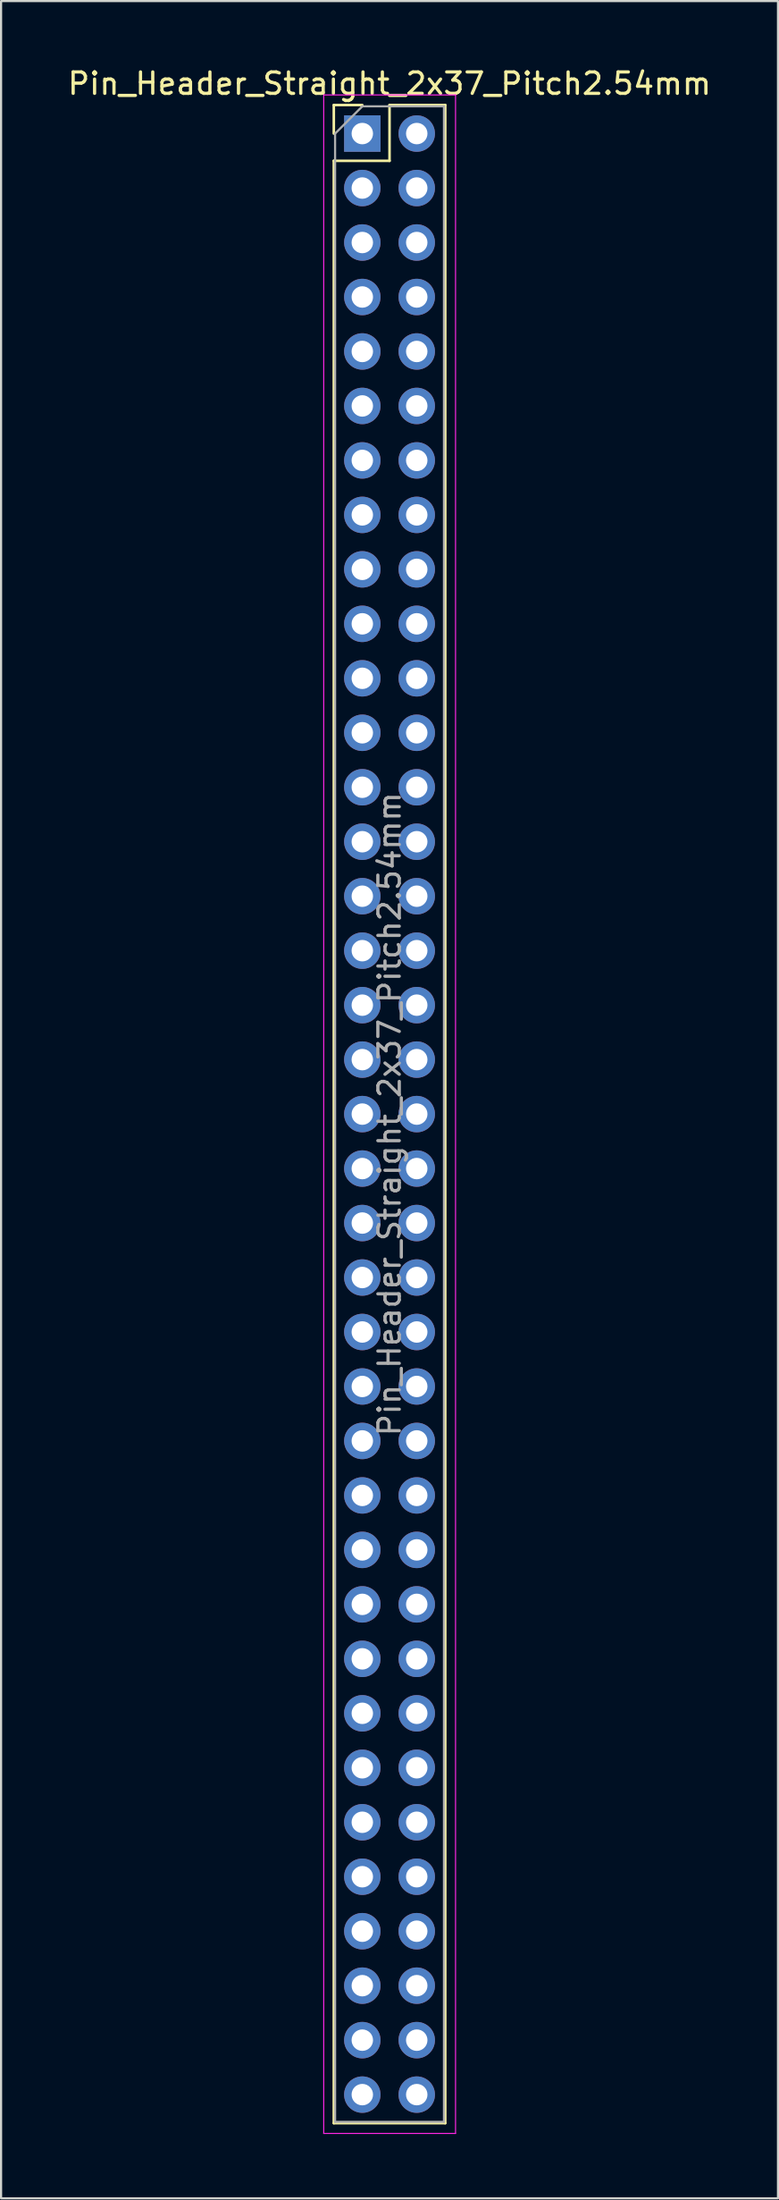
<source format=kicad_pcb>
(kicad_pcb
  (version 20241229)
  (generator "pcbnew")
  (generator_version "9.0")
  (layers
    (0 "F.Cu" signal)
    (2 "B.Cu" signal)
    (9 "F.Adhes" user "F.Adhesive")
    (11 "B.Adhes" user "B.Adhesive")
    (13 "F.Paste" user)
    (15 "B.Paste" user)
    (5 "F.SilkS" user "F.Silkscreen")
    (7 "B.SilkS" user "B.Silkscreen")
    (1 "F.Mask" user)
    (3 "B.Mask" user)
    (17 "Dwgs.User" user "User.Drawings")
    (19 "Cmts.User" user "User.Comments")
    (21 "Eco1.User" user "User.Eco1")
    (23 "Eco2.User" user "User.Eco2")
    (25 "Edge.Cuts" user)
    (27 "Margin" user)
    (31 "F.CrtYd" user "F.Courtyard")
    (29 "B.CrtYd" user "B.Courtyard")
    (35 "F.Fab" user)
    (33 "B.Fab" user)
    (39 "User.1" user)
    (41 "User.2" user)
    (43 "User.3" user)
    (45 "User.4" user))
  (footprint "Pin_Header_Straight_2x37_Pitch2.54mm"
    (layer "F.Cu")
    (at 13.855 3.178)
    (property "Reference" "Pin_Header_Straight_2x37_Pitch2.54mm" (at 1.27 -2.33 0) (layer "F.SilkS") (effects (font (size 1 1) (thickness 0.15))))
    (attr through_hole)
    (fp_line (start -1.33 -1.33) (end 0 -1.33) (stroke (width 0.12) (type solid)) (layer "F.SilkS"))
    (fp_line (start -1.33 0) (end -1.33 -1.33) (stroke (width 0.12) (type solid)) (layer "F.SilkS"))
    (fp_line (start -1.33 1.27) (end -1.33 92.77) (stroke (width 0.12) (type solid)) (layer "F.SilkS"))
    (fp_line (start -1.33 1.27) (end 1.27 1.27) (stroke (width 0.12) (type solid)) (layer "F.SilkS"))
    (fp_line (start -1.33 92.77) (end 3.87 92.77) (stroke (width 0.12) (type solid)) (layer "F.SilkS"))
    (fp_line (start 1.27 -1.33) (end 3.87 -1.33) (stroke (width 0.12) (type solid)) (layer "F.SilkS"))
    (fp_line (start 1.27 1.27) (end 1.27 -1.33) (stroke (width 0.12) (type solid)) (layer "F.SilkS"))
    (fp_line (start 3.87 -1.33) (end 3.87 92.77) (stroke (width 0.12) (type solid)) (layer "F.SilkS"))
    (fp_line (start -1.8 -1.8) (end -1.8 93.25) (stroke (width 0.05) (type solid)) (layer "F.CrtYd"))
    (fp_line (start -1.8 93.25) (end 4.35 93.25) (stroke (width 0.05) (type solid)) (layer "F.CrtYd"))
    (fp_line (start 4.35 -1.8) (end -1.8 -1.8) (stroke (width 0.05) (type solid)) (layer "F.CrtYd"))
    (fp_line (start 4.35 93.25) (end 4.35 -1.8) (stroke (width 0.05) (type solid)) (layer "F.CrtYd"))
    (fp_line (start -1.27 0) (end 0 -1.27) (stroke (width 0.1) (type solid)) (layer "F.Fab"))
    (fp_line (start -1.27 92.71) (end -1.27 0) (stroke (width 0.1) (type solid)) (layer "F.Fab"))
    (fp_line (start 0 -1.27) (end 3.81 -1.27) (stroke (width 0.1) (type solid)) (layer "F.Fab"))
    (fp_line (start 3.81 -1.27) (end 3.81 92.71) (stroke (width 0.1) (type solid)) (layer "F.Fab"))
    (fp_line (start 3.81 92.71) (end -1.27 92.71) (stroke (width 0.1) (type solid)) (layer "F.Fab"))
    (fp_text user "${REFERENCE}" (at 1.27 45.72 90) (layer "F.Fab") (effects (font (size 1 1) (thickness 0.15))))
    (pad "1" thru_hole rect (at 0 0) (size 1.7 1.7) (drill 1) (layers "*.Cu" "*.Mask"))
    (pad "2" thru_hole oval (at 2.54 0) (size 1.7 1.7) (drill 1) (layers "*.Cu" "*.Mask"))
    (pad "3" thru_hole oval (at 0 2.54) (size 1.7 1.7) (drill 1) (layers "*.Cu" "*.Mask"))
    (pad "4" thru_hole oval (at 2.54 2.54) (size 1.7 1.7) (drill 1) (layers "*.Cu" "*.Mask"))
    (pad "5" thru_hole oval (at 0 5.08) (size 1.7 1.7) (drill 1) (layers "*.Cu" "*.Mask"))
    (pad "6" thru_hole oval (at 2.54 5.08) (size 1.7 1.7) (drill 1) (layers "*.Cu" "*.Mask"))
    (pad "7" thru_hole oval (at 0 7.62) (size 1.7 1.7) (drill 1) (layers "*.Cu" "*.Mask"))
    (pad "8" thru_hole oval (at 2.54 7.62) (size 1.7 1.7) (drill 1) (layers "*.Cu" "*.Mask"))
    (pad "9" thru_hole oval (at 0 10.16) (size 1.7 1.7) (drill 1) (layers "*.Cu" "*.Mask"))
    (pad "10" thru_hole oval (at 2.54 10.16) (size 1.7 1.7) (drill 1) (layers "*.Cu" "*.Mask"))
    (pad "11" thru_hole oval (at 0 12.7) (size 1.7 1.7) (drill 1) (layers "*.Cu" "*.Mask"))
    (pad "12" thru_hole oval (at 2.54 12.7) (size 1.7 1.7) (drill 1) (layers "*.Cu" "*.Mask"))
    (pad "13" thru_hole oval (at 0 15.24) (size 1.7 1.7) (drill 1) (layers "*.Cu" "*.Mask"))
    (pad "14" thru_hole oval (at 2.54 15.24) (size 1.7 1.7) (drill 1) (layers "*.Cu" "*.Mask"))
    (pad "15" thru_hole oval (at 0 17.78) (size 1.7 1.7) (drill 1) (layers "*.Cu" "*.Mask"))
    (pad "16" thru_hole oval (at 2.54 17.78) (size 1.7 1.7) (drill 1) (layers "*.Cu" "*.Mask"))
    (pad "17" thru_hole oval (at 0 20.32) (size 1.7 1.7) (drill 1) (layers "*.Cu" "*.Mask"))
    (pad "18" thru_hole oval (at 2.54 20.32) (size 1.7 1.7) (drill 1) (layers "*.Cu" "*.Mask"))
    (pad "19" thru_hole oval (at 0 22.86) (size 1.7 1.7) (drill 1) (layers "*.Cu" "*.Mask"))
    (pad "20" thru_hole oval (at 2.54 22.86) (size 1.7 1.7) (drill 1) (layers "*.Cu" "*.Mask"))
    (pad "21" thru_hole oval (at 0 25.4) (size 1.7 1.7) (drill 1) (layers "*.Cu" "*.Mask"))
    (pad "22" thru_hole oval (at 2.54 25.4) (size 1.7 1.7) (drill 1) (layers "*.Cu" "*.Mask"))
    (pad "23" thru_hole oval (at 0 27.94) (size 1.7 1.7) (drill 1) (layers "*.Cu" "*.Mask"))
    (pad "24" thru_hole oval (at 2.54 27.94) (size 1.7 1.7) (drill 1) (layers "*.Cu" "*.Mask"))
    (pad "25" thru_hole oval (at 0 30.48) (size 1.7 1.7) (drill 1) (layers "*.Cu" "*.Mask"))
    (pad "26" thru_hole oval (at 2.54 30.48) (size 1.7 1.7) (drill 1) (layers "*.Cu" "*.Mask"))
    (pad "27" thru_hole oval (at 0 33.02) (size 1.7 1.7) (drill 1) (layers "*.Cu" "*.Mask"))
    (pad "28" thru_hole oval (at 2.54 33.02) (size 1.7 1.7) (drill 1) (layers "*.Cu" "*.Mask"))
    (pad "29" thru_hole oval (at 0 35.56) (size 1.7 1.7) (drill 1) (layers "*.Cu" "*.Mask"))
    (pad "30" thru_hole oval (at 2.54 35.56) (size 1.7 1.7) (drill 1) (layers "*.Cu" "*.Mask"))
    (pad "31" thru_hole oval (at 0 38.1) (size 1.7 1.7) (drill 1) (layers "*.Cu" "*.Mask"))
    (pad "32" thru_hole oval (at 2.54 38.1) (size 1.7 1.7) (drill 1) (layers "*.Cu" "*.Mask"))
    (pad "33" thru_hole oval (at 0 40.64) (size 1.7 1.7) (drill 1) (layers "*.Cu" "*.Mask"))
    (pad "34" thru_hole oval (at 2.54 40.64) (size 1.7 1.7) (drill 1) (layers "*.Cu" "*.Mask"))
    (pad "35" thru_hole oval (at 0 43.18) (size 1.7 1.7) (drill 1) (layers "*.Cu" "*.Mask"))
    (pad "36" thru_hole oval (at 2.54 43.18) (size 1.7 1.7) (drill 1) (layers "*.Cu" "*.Mask"))
    (pad "37" thru_hole oval (at 0 45.72) (size 1.7 1.7) (drill 1) (layers "*.Cu" "*.Mask"))
    (pad "38" thru_hole oval (at 2.54 45.72) (size 1.7 1.7) (drill 1) (layers "*.Cu" "*.Mask"))
    (pad "39" thru_hole oval (at 0 48.26) (size 1.7 1.7) (drill 1) (layers "*.Cu" "*.Mask"))
    (pad "40" thru_hole oval (at 2.54 48.26) (size 1.7 1.7) (drill 1) (layers "*.Cu" "*.Mask"))
    (pad "41" thru_hole oval (at 0 50.8) (size 1.7 1.7) (drill 1) (layers "*.Cu" "*.Mask"))
    (pad "42" thru_hole oval (at 2.54 50.8) (size 1.7 1.7) (drill 1) (layers "*.Cu" "*.Mask"))
    (pad "43" thru_hole oval (at 0 53.34) (size 1.7 1.7) (drill 1) (layers "*.Cu" "*.Mask"))
    (pad "44" thru_hole oval (at 2.54 53.34) (size 1.7 1.7) (drill 1) (layers "*.Cu" "*.Mask"))
    (pad "45" thru_hole oval (at 0 55.88) (size 1.7 1.7) (drill 1) (layers "*.Cu" "*.Mask"))
    (pad "46" thru_hole oval (at 2.54 55.88) (size 1.7 1.7) (drill 1) (layers "*.Cu" "*.Mask"))
    (pad "47" thru_hole oval (at 0 58.42) (size 1.7 1.7) (drill 1) (layers "*.Cu" "*.Mask"))
    (pad "48" thru_hole oval (at 2.54 58.42) (size 1.7 1.7) (drill 1) (layers "*.Cu" "*.Mask"))
    (pad "49" thru_hole oval (at 0 60.96) (size 1.7 1.7) (drill 1) (layers "*.Cu" "*.Mask"))
    (pad "50" thru_hole oval (at 2.54 60.96) (size 1.7 1.7) (drill 1) (layers "*.Cu" "*.Mask"))
    (pad "51" thru_hole oval (at 0 63.5) (size 1.7 1.7) (drill 1) (layers "*.Cu" "*.Mask"))
    (pad "52" thru_hole oval (at 2.54 63.5) (size 1.7 1.7) (drill 1) (layers "*.Cu" "*.Mask"))
    (pad "53" thru_hole oval (at 0 66.04) (size 1.7 1.7) (drill 1) (layers "*.Cu" "*.Mask"))
    (pad "54" thru_hole oval (at 2.54 66.04) (size 1.7 1.7) (drill 1) (layers "*.Cu" "*.Mask"))
    (pad "55" thru_hole oval (at 0 68.58) (size 1.7 1.7) (drill 1) (layers "*.Cu" "*.Mask"))
    (pad "56" thru_hole oval (at 2.54 68.58) (size 1.7 1.7) (drill 1) (layers "*.Cu" "*.Mask"))
    (pad "57" thru_hole oval (at 0 71.12) (size 1.7 1.7) (drill 1) (layers "*.Cu" "*.Mask"))
    (pad "58" thru_hole oval (at 2.54 71.12) (size 1.7 1.7) (drill 1) (layers "*.Cu" "*.Mask"))
    (pad "59" thru_hole oval (at 0 73.66) (size 1.7 1.7) (drill 1) (layers "*.Cu" "*.Mask"))
    (pad "60" thru_hole oval (at 2.54 73.66) (size 1.7 1.7) (drill 1) (layers "*.Cu" "*.Mask"))
    (pad "61" thru_hole oval (at 0 76.2) (size 1.7 1.7) (drill 1) (layers "*.Cu" "*.Mask"))
    (pad "62" thru_hole oval (at 2.54 76.2) (size 1.7 1.7) (drill 1) (layers "*.Cu" "*.Mask"))
    (pad "63" thru_hole oval (at 0 78.74) (size 1.7 1.7) (drill 1) (layers "*.Cu" "*.Mask"))
    (pad "64" thru_hole oval (at 2.54 78.74) (size 1.7 1.7) (drill 1) (layers "*.Cu" "*.Mask"))
    (pad "65" thru_hole oval (at 0 81.28) (size 1.7 1.7) (drill 1) (layers "*.Cu" "*.Mask"))
    (pad "66" thru_hole oval (at 2.54 81.28) (size 1.7 1.7) (drill 1) (layers "*.Cu" "*.Mask"))
    (pad "67" thru_hole oval (at 0 83.82) (size 1.7 1.7) (drill 1) (layers "*.Cu" "*.Mask"))
    (pad "68" thru_hole oval (at 2.54 83.82) (size 1.7 1.7) (drill 1) (layers "*.Cu" "*.Mask"))
    (pad "69" thru_hole oval (at 0 86.36) (size 1.7 1.7) (drill 1) (layers "*.Cu" "*.Mask"))
    (pad "70" thru_hole oval (at 2.54 86.36) (size 1.7 1.7) (drill 1) (layers "*.Cu" "*.Mask"))
    (pad "71" thru_hole oval (at 0 88.9) (size 1.7 1.7) (drill 1) (layers "*.Cu" "*.Mask"))
    (pad "72" thru_hole oval (at 2.54 88.9) (size 1.7 1.7) (drill 1) (layers "*.Cu" "*.Mask"))
    (pad "73" thru_hole oval (at 0 91.44) (size 1.7 1.7) (drill 1) (layers "*.Cu" "*.Mask"))
    (pad "74" thru_hole oval (at 2.54 91.44) (size 1.7 1.7) (drill 1) (layers "*.Cu" "*.Mask")))
  (gr_rect
    (start -3 -3)
    (end 33.25 99.453)
    (stroke (width 0.1) (type default))
    (fill no)
    (layer "Edge.Cuts")))
</source>
